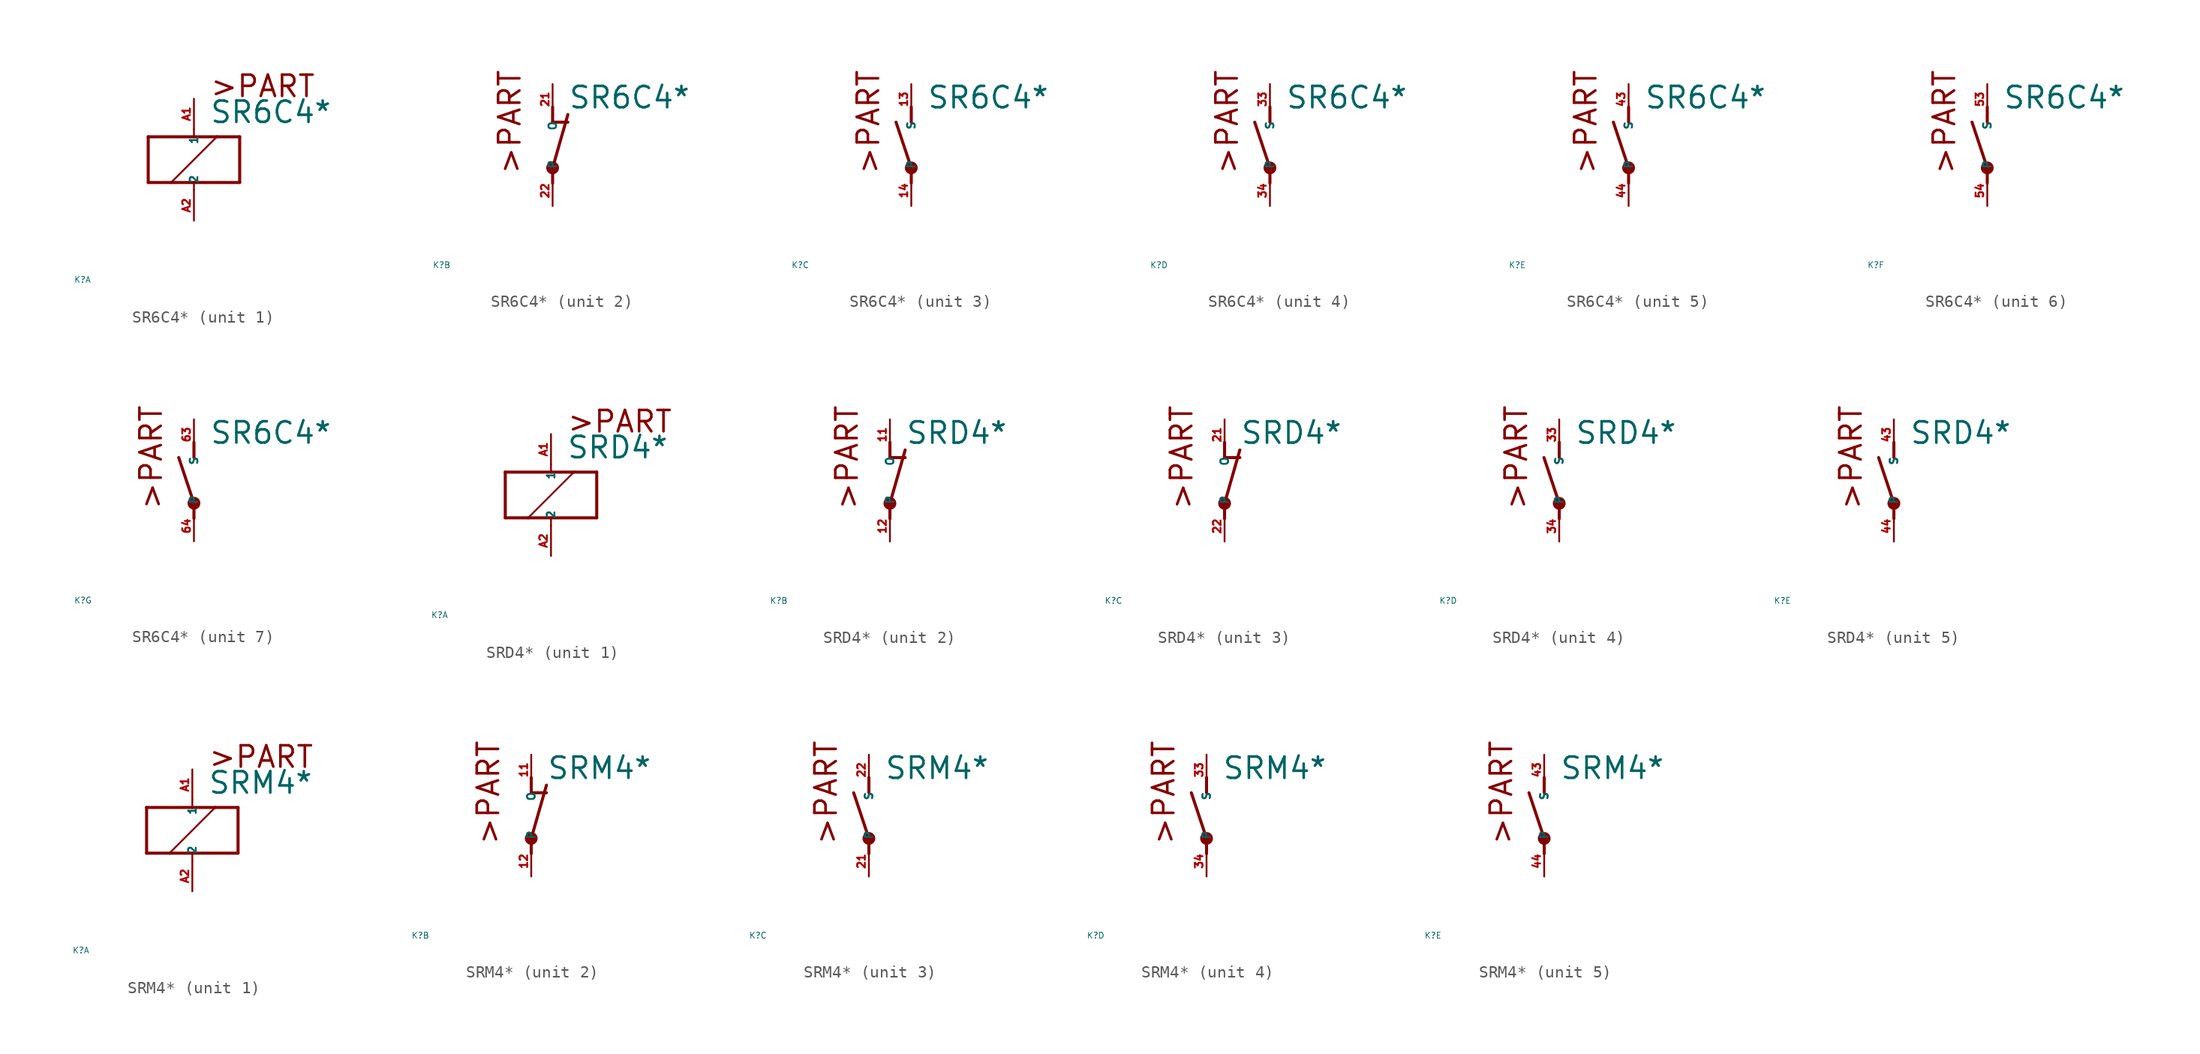
<source format=kicad_sym>
(kicad_symbol_lib
  (version 20220914)
  (generator Eagle2Kicad)
  (symbol "SR6C4*"
    (property "Reference" "K"
      (at -10 -10 0)
      (effects (font (size 0.5 0.5) (thickness 0.06)) (justify left)))
    (property "Value" "SR6C4*"
      (at 1.27 2.921 0)
      (effects (font (size 1.778 1.778) (thickness 0.22)) (justify left bottom)))
    (symbol "SR6C4*_1_0"
      (polyline (pts (xy -3.81 -1.905) (xy -1.905 -1.905)) (stroke (width 0.254) (type default)) (fill (type none)))
      (polyline (pts (xy 3.81 -1.905) (xy 3.81 1.905)) (stroke (width 0.254) (type default)) (fill (type none)))
      (polyline (pts (xy 3.81 1.905) (xy 1.905 1.905)) (stroke (width 0.254) (type default)) (fill (type none)))
      (polyline (pts (xy -3.81 1.905) (xy -3.81 -1.905)) (stroke (width 0.254) (type default)) (fill (type none)))
      (polyline (pts (xy 0 -2.54) (xy 0 -1.905)) (stroke (width 0.152) (type default)) (fill (type none)))
      (polyline (pts (xy 0 -1.905) (xy 3.81 -1.905)) (stroke (width 0.254) (type default)) (fill (type none)))
      (polyline (pts (xy 0 2.54) (xy 0 1.905)) (stroke (width 0.152) (type default)) (fill (type none)))
      (polyline (pts (xy 0 1.905) (xy -3.81 1.905)) (stroke (width 0.254) (type default)) (fill (type none)))
      (polyline (pts (xy -1.905 -1.905) (xy 1.905 1.905)) (stroke (width 0.152) (type default)) (fill (type none)))
      (polyline (pts (xy -1.905 -1.905) (xy 0 -1.905)) (stroke (width 0.254) (type default)) (fill (type none)))
      (polyline (pts (xy 1.905 1.905) (xy 0 1.905)) (stroke (width 0.254) (type default)) (fill (type none)))
      (text ">PART" (at 1.27 5.08 0) (effects (font (size 1.778 1.778) (thickness 0.22)) (justify left bottom)))
      (pin passive line (at 0 -5.08 90) (length 2.54) (name "2" (effects (font (size 0.635 0.635) (thickness 0.08)) (justify left bottom))) (number "A2" (effects (font (size 0.635 0.635) (thickness 0.08)) (justify left bottom))))
      (pin passive line (at 0 5.08 270) (length 2.54) (name "1" (effects (font (size 0.635 0.635) (thickness 0.08)) (justify left bottom))) (number "A1" (effects (font (size 0.635 0.635) (thickness 0.08)) (justify left bottom)))))
    (symbol "SR6C4*_2_0"
      (polyline (pts (xy 0 -1.905) (xy 1.27 2.54)) (stroke (width 0.254) (type default)) (fill (type none)))
      (polyline (pts (xy 1.27 1.905) (xy 0 1.905)) (stroke (width 0.254) (type default)) (fill (type none)))
      (polyline (pts (xy 0 1.905) (xy 0 3.175)) (stroke (width 0.254) (type default)) (fill (type none)))
      (polyline (pts (xy 0 -3.175) (xy 0 -1.905)) (stroke (width 0.254) (type default)) (fill (type none)))
      (text ">PART" (at -2.54 -2.54 900) (effects (font (size 1.778 1.778) (thickness 0.22)) (justify left bottom)))
      (circle (center 0 -1.905) (radius 0.127) (stroke (width 0.406) (type default)) (fill (type none)))
      (pin passive line (at 0 -5.08 90) (length 2.54) (name "P" (effects (font (size 0.635 0.635) (thickness 0.08)) (justify left bottom))) (number "22" (effects (font (size 0.635 0.635) (thickness 0.08)) (justify left bottom))))
      (pin passive line (at 0 5.08 270) (length 2.54) (name "O" (effects (font (size 0.635 0.635) (thickness 0.08)) (justify left bottom))) (number "21" (effects (font (size 0.635 0.635) (thickness 0.08)) (justify left bottom)))))
    (symbol "SR6C4*_3_0"
      (polyline (pts (xy 0 3.175) (xy 0 1.905)) (stroke (width 0.254) (type default)) (fill (type none)))
      (polyline (pts (xy 0 -3.175) (xy 0 -1.905)) (stroke (width 0.254) (type default)) (fill (type none)))
      (polyline (pts (xy 0 -1.905) (xy -1.27 1.905)) (stroke (width 0.254) (type default)) (fill (type none)))
      (text ">PART" (at -2.54 -2.54 900) (effects (font (size 1.778 1.778) (thickness 0.22)) (justify left bottom)))
      (circle (center 0 -1.905) (radius 0.127) (stroke (width 0.406) (type default)) (fill (type none)))
      (pin passive line (at 0 -5.08 90) (length 2.54) (name "P" (effects (font (size 0.635 0.635) (thickness 0.08)) (justify left bottom))) (number "14" (effects (font (size 0.635 0.635) (thickness 0.08)) (justify left bottom))))
      (pin passive line (at 0 5.08 270) (length 2.54) (name "S" (effects (font (size 0.635 0.635) (thickness 0.08)) (justify left bottom))) (number "13" (effects (font (size 0.635 0.635) (thickness 0.08)) (justify left bottom)))))
    (symbol "SR6C4*_4_0"
      (polyline (pts (xy 0 3.175) (xy 0 1.905)) (stroke (width 0.254) (type default)) (fill (type none)))
      (polyline (pts (xy 0 -3.175) (xy 0 -1.905)) (stroke (width 0.254) (type default)) (fill (type none)))
      (polyline (pts (xy 0 -1.905) (xy -1.27 1.905)) (stroke (width 0.254) (type default)) (fill (type none)))
      (text ">PART" (at -2.54 -2.54 900) (effects (font (size 1.778 1.778) (thickness 0.22)) (justify left bottom)))
      (circle (center 0 -1.905) (radius 0.127) (stroke (width 0.406) (type default)) (fill (type none)))
      (pin passive line (at 0 -5.08 90) (length 2.54) (name "P" (effects (font (size 0.635 0.635) (thickness 0.08)) (justify left bottom))) (number "34" (effects (font (size 0.635 0.635) (thickness 0.08)) (justify left bottom))))
      (pin passive line (at 0 5.08 270) (length 2.54) (name "S" (effects (font (size 0.635 0.635) (thickness 0.08)) (justify left bottom))) (number "33" (effects (font (size 0.635 0.635) (thickness 0.08)) (justify left bottom)))))
    (symbol "SR6C4*_5_0"
      (polyline (pts (xy 0 3.175) (xy 0 1.905)) (stroke (width 0.254) (type default)) (fill (type none)))
      (polyline (pts (xy 0 -3.175) (xy 0 -1.905)) (stroke (width 0.254) (type default)) (fill (type none)))
      (polyline (pts (xy 0 -1.905) (xy -1.27 1.905)) (stroke (width 0.254) (type default)) (fill (type none)))
      (text ">PART" (at -2.54 -2.54 900) (effects (font (size 1.778 1.778) (thickness 0.22)) (justify left bottom)))
      (circle (center 0 -1.905) (radius 0.127) (stroke (width 0.406) (type default)) (fill (type none)))
      (pin passive line (at 0 -5.08 90) (length 2.54) (name "P" (effects (font (size 0.635 0.635) (thickness 0.08)) (justify left bottom))) (number "44" (effects (font (size 0.635 0.635) (thickness 0.08)) (justify left bottom))))
      (pin passive line (at 0 5.08 270) (length 2.54) (name "S" (effects (font (size 0.635 0.635) (thickness 0.08)) (justify left bottom))) (number "43" (effects (font (size 0.635 0.635) (thickness 0.08)) (justify left bottom)))))
    (symbol "SR6C4*_6_0"
      (polyline (pts (xy 0 3.175) (xy 0 1.905)) (stroke (width 0.254) (type default)) (fill (type none)))
      (polyline (pts (xy 0 -3.175) (xy 0 -1.905)) (stroke (width 0.254) (type default)) (fill (type none)))
      (polyline (pts (xy 0 -1.905) (xy -1.27 1.905)) (stroke (width 0.254) (type default)) (fill (type none)))
      (text ">PART" (at -2.54 -2.54 900) (effects (font (size 1.778 1.778) (thickness 0.22)) (justify left bottom)))
      (circle (center 0 -1.905) (radius 0.127) (stroke (width 0.406) (type default)) (fill (type none)))
      (pin passive line (at 0 -5.08 90) (length 2.54) (name "P" (effects (font (size 0.635 0.635) (thickness 0.08)) (justify left bottom))) (number "54" (effects (font (size 0.635 0.635) (thickness 0.08)) (justify left bottom))))
      (pin passive line (at 0 5.08 270) (length 2.54) (name "S" (effects (font (size 0.635 0.635) (thickness 0.08)) (justify left bottom))) (number "53" (effects (font (size 0.635 0.635) (thickness 0.08)) (justify left bottom)))))
    (symbol "SR6C4*_7_0"
      (polyline (pts (xy 0 3.175) (xy 0 1.905)) (stroke (width 0.254) (type default)) (fill (type none)))
      (polyline (pts (xy 0 -3.175) (xy 0 -1.905)) (stroke (width 0.254) (type default)) (fill (type none)))
      (polyline (pts (xy 0 -1.905) (xy -1.27 1.905)) (stroke (width 0.254) (type default)) (fill (type none)))
      (text ">PART" (at -2.54 -2.54 900) (effects (font (size 1.778 1.778) (thickness 0.22)) (justify left bottom)))
      (circle (center 0 -1.905) (radius 0.127) (stroke (width 0.406) (type default)) (fill (type none)))
      (pin passive line (at 0 -5.08 90) (length 2.54) (name "P" (effects (font (size 0.635 0.635) (thickness 0.08)) (justify left bottom))) (number "64" (effects (font (size 0.635 0.635) (thickness 0.08)) (justify left bottom))))
      (pin passive line (at 0 5.08 270) (length 2.54) (name "S" (effects (font (size 0.635 0.635) (thickness 0.08)) (justify left bottom))) (number "63" (effects (font (size 0.635 0.635) (thickness 0.08)) (justify left bottom))))))
  (symbol "SRD4*"
    (property "Reference" "K"
      (at -10 -10 0)
      (effects (font (size 0.5 0.5) (thickness 0.06)) (justify left)))
    (property "Value" "SRD4*"
      (at 1.27 2.921 0)
      (effects (font (size 1.778 1.778) (thickness 0.22)) (justify left bottom)))
    (symbol "SRD4*_1_0"
      (polyline (pts (xy -3.81 -1.905) (xy -1.905 -1.905)) (stroke (width 0.254) (type default)) (fill (type none)))
      (polyline (pts (xy 3.81 -1.905) (xy 3.81 1.905)) (stroke (width 0.254) (type default)) (fill (type none)))
      (polyline (pts (xy 3.81 1.905) (xy 1.905 1.905)) (stroke (width 0.254) (type default)) (fill (type none)))
      (polyline (pts (xy -3.81 1.905) (xy -3.81 -1.905)) (stroke (width 0.254) (type default)) (fill (type none)))
      (polyline (pts (xy 0 -2.54) (xy 0 -1.905)) (stroke (width 0.152) (type default)) (fill (type none)))
      (polyline (pts (xy 0 -1.905) (xy 3.81 -1.905)) (stroke (width 0.254) (type default)) (fill (type none)))
      (polyline (pts (xy 0 2.54) (xy 0 1.905)) (stroke (width 0.152) (type default)) (fill (type none)))
      (polyline (pts (xy 0 1.905) (xy -3.81 1.905)) (stroke (width 0.254) (type default)) (fill (type none)))
      (polyline (pts (xy -1.905 -1.905) (xy 1.905 1.905)) (stroke (width 0.152) (type default)) (fill (type none)))
      (polyline (pts (xy -1.905 -1.905) (xy 0 -1.905)) (stroke (width 0.254) (type default)) (fill (type none)))
      (polyline (pts (xy 1.905 1.905) (xy 0 1.905)) (stroke (width 0.254) (type default)) (fill (type none)))
      (text ">PART" (at 1.27 5.08 0) (effects (font (size 1.778 1.778) (thickness 0.22)) (justify left bottom)))
      (pin passive line (at 0 -5.08 90) (length 2.54) (name "2" (effects (font (size 0.635 0.635) (thickness 0.08)) (justify left bottom))) (number "A2" (effects (font (size 0.635 0.635) (thickness 0.08)) (justify left bottom))))
      (pin passive line (at 0 5.08 270) (length 2.54) (name "1" (effects (font (size 0.635 0.635) (thickness 0.08)) (justify left bottom))) (number "A1" (effects (font (size 0.635 0.635) (thickness 0.08)) (justify left bottom)))))
    (symbol "SRD4*_2_0"
      (polyline (pts (xy 0 -1.905) (xy 1.27 2.54)) (stroke (width 0.254) (type default)) (fill (type none)))
      (polyline (pts (xy 1.27 1.905) (xy 0 1.905)) (stroke (width 0.254) (type default)) (fill (type none)))
      (polyline (pts (xy 0 1.905) (xy 0 3.175)) (stroke (width 0.254) (type default)) (fill (type none)))
      (polyline (pts (xy 0 -3.175) (xy 0 -1.905)) (stroke (width 0.254) (type default)) (fill (type none)))
      (text ">PART" (at -2.54 -2.54 900) (effects (font (size 1.778 1.778) (thickness 0.22)) (justify left bottom)))
      (circle (center 0 -1.905) (radius 0.127) (stroke (width 0.406) (type default)) (fill (type none)))
      (pin passive line (at 0 -5.08 90) (length 2.54) (name "P" (effects (font (size 0.635 0.635) (thickness 0.08)) (justify left bottom))) (number "12" (effects (font (size 0.635 0.635) (thickness 0.08)) (justify left bottom))))
      (pin passive line (at 0 5.08 270) (length 2.54) (name "O" (effects (font (size 0.635 0.635) (thickness 0.08)) (justify left bottom))) (number "11" (effects (font (size 0.635 0.635) (thickness 0.08)) (justify left bottom)))))
    (symbol "SRD4*_3_0"
      (polyline (pts (xy 0 -1.905) (xy 1.27 2.54)) (stroke (width 0.254) (type default)) (fill (type none)))
      (polyline (pts (xy 1.27 1.905) (xy 0 1.905)) (stroke (width 0.254) (type default)) (fill (type none)))
      (polyline (pts (xy 0 1.905) (xy 0 3.175)) (stroke (width 0.254) (type default)) (fill (type none)))
      (polyline (pts (xy 0 -3.175) (xy 0 -1.905)) (stroke (width 0.254) (type default)) (fill (type none)))
      (text ">PART" (at -2.54 -2.54 900) (effects (font (size 1.778 1.778) (thickness 0.22)) (justify left bottom)))
      (circle (center 0 -1.905) (radius 0.127) (stroke (width 0.406) (type default)) (fill (type none)))
      (pin passive line (at 0 -5.08 90) (length 2.54) (name "P" (effects (font (size 0.635 0.635) (thickness 0.08)) (justify left bottom))) (number "22" (effects (font (size 0.635 0.635) (thickness 0.08)) (justify left bottom))))
      (pin passive line (at 0 5.08 270) (length 2.54) (name "O" (effects (font (size 0.635 0.635) (thickness 0.08)) (justify left bottom))) (number "21" (effects (font (size 0.635 0.635) (thickness 0.08)) (justify left bottom)))))
    (symbol "SRD4*_4_0"
      (polyline (pts (xy 0 3.175) (xy 0 1.905)) (stroke (width 0.254) (type default)) (fill (type none)))
      (polyline (pts (xy 0 -3.175) (xy 0 -1.905)) (stroke (width 0.254) (type default)) (fill (type none)))
      (polyline (pts (xy 0 -1.905) (xy -1.27 1.905)) (stroke (width 0.254) (type default)) (fill (type none)))
      (text ">PART" (at -2.54 -2.54 900) (effects (font (size 1.778 1.778) (thickness 0.22)) (justify left bottom)))
      (circle (center 0 -1.905) (radius 0.127) (stroke (width 0.406) (type default)) (fill (type none)))
      (pin passive line (at 0 -5.08 90) (length 2.54) (name "P" (effects (font (size 0.635 0.635) (thickness 0.08)) (justify left bottom))) (number "34" (effects (font (size 0.635 0.635) (thickness 0.08)) (justify left bottom))))
      (pin passive line (at 0 5.08 270) (length 2.54) (name "S" (effects (font (size 0.635 0.635) (thickness 0.08)) (justify left bottom))) (number "33" (effects (font (size 0.635 0.635) (thickness 0.08)) (justify left bottom)))))
    (symbol "SRD4*_5_0"
      (polyline (pts (xy 0 3.175) (xy 0 1.905)) (stroke (width 0.254) (type default)) (fill (type none)))
      (polyline (pts (xy 0 -3.175) (xy 0 -1.905)) (stroke (width 0.254) (type default)) (fill (type none)))
      (polyline (pts (xy 0 -1.905) (xy -1.27 1.905)) (stroke (width 0.254) (type default)) (fill (type none)))
      (text ">PART" (at -2.54 -2.54 900) (effects (font (size 1.778 1.778) (thickness 0.22)) (justify left bottom)))
      (circle (center 0 -1.905) (radius 0.127) (stroke (width 0.406) (type default)) (fill (type none)))
      (pin passive line (at 0 -5.08 90) (length 2.54) (name "P" (effects (font (size 0.635 0.635) (thickness 0.08)) (justify left bottom))) (number "44" (effects (font (size 0.635 0.635) (thickness 0.08)) (justify left bottom))))
      (pin passive line (at 0 5.08 270) (length 2.54) (name "S" (effects (font (size 0.635 0.635) (thickness 0.08)) (justify left bottom))) (number "43" (effects (font (size 0.635 0.635) (thickness 0.08)) (justify left bottom))))))
  (symbol "SRM4*"
    (property "Reference" "K"
      (at -10 -10 0)
      (effects (font (size 0.5 0.5) (thickness 0.06)) (justify left)))
    (property "Value" "SRM4*"
      (at 1.27 2.921 0)
      (effects (font (size 1.778 1.778) (thickness 0.22)) (justify left bottom)))
    (symbol "SRM4*_1_0"
      (polyline (pts (xy -3.81 -1.905) (xy -1.905 -1.905)) (stroke (width 0.254) (type default)) (fill (type none)))
      (polyline (pts (xy 3.81 -1.905) (xy 3.81 1.905)) (stroke (width 0.254) (type default)) (fill (type none)))
      (polyline (pts (xy 3.81 1.905) (xy 1.905 1.905)) (stroke (width 0.254) (type default)) (fill (type none)))
      (polyline (pts (xy -3.81 1.905) (xy -3.81 -1.905)) (stroke (width 0.254) (type default)) (fill (type none)))
      (polyline (pts (xy 0 -2.54) (xy 0 -1.905)) (stroke (width 0.152) (type default)) (fill (type none)))
      (polyline (pts (xy 0 -1.905) (xy 3.81 -1.905)) (stroke (width 0.254) (type default)) (fill (type none)))
      (polyline (pts (xy 0 2.54) (xy 0 1.905)) (stroke (width 0.152) (type default)) (fill (type none)))
      (polyline (pts (xy 0 1.905) (xy -3.81 1.905)) (stroke (width 0.254) (type default)) (fill (type none)))
      (polyline (pts (xy -1.905 -1.905) (xy 1.905 1.905)) (stroke (width 0.152) (type default)) (fill (type none)))
      (polyline (pts (xy -1.905 -1.905) (xy 0 -1.905)) (stroke (width 0.254) (type default)) (fill (type none)))
      (polyline (pts (xy 1.905 1.905) (xy 0 1.905)) (stroke (width 0.254) (type default)) (fill (type none)))
      (text ">PART" (at 1.27 5.08 0) (effects (font (size 1.778 1.778) (thickness 0.22)) (justify left bottom)))
      (pin passive line (at 0 -5.08 90) (length 2.54) (name "2" (effects (font (size 0.635 0.635) (thickness 0.08)) (justify left bottom))) (number "A2" (effects (font (size 0.635 0.635) (thickness 0.08)) (justify left bottom))))
      (pin passive line (at 0 5.08 270) (length 2.54) (name "1" (effects (font (size 0.635 0.635) (thickness 0.08)) (justify left bottom))) (number "A1" (effects (font (size 0.635 0.635) (thickness 0.08)) (justify left bottom)))))
    (symbol "SRM4*_2_0"
      (polyline (pts (xy 0 -1.905) (xy 1.27 2.54)) (stroke (width 0.254) (type default)) (fill (type none)))
      (polyline (pts (xy 1.27 1.905) (xy 0 1.905)) (stroke (width 0.254) (type default)) (fill (type none)))
      (polyline (pts (xy 0 1.905) (xy 0 3.175)) (stroke (width 0.254) (type default)) (fill (type none)))
      (polyline (pts (xy 0 -3.175) (xy 0 -1.905)) (stroke (width 0.254) (type default)) (fill (type none)))
      (text ">PART" (at -2.54 -2.54 900) (effects (font (size 1.778 1.778) (thickness 0.22)) (justify left bottom)))
      (circle (center 0 -1.905) (radius 0.127) (stroke (width 0.406) (type default)) (fill (type none)))
      (pin passive line (at 0 -5.08 90) (length 2.54) (name "P" (effects (font (size 0.635 0.635) (thickness 0.08)) (justify left bottom))) (number "12" (effects (font (size 0.635 0.635) (thickness 0.08)) (justify left bottom))))
      (pin passive line (at 0 5.08 270) (length 2.54) (name "O" (effects (font (size 0.635 0.635) (thickness 0.08)) (justify left bottom))) (number "11" (effects (font (size 0.635 0.635) (thickness 0.08)) (justify left bottom)))))
    (symbol "SRM4*_3_0"
      (polyline (pts (xy 0 3.175) (xy 0 1.905)) (stroke (width 0.254) (type default)) (fill (type none)))
      (polyline (pts (xy 0 -3.175) (xy 0 -1.905)) (stroke (width 0.254) (type default)) (fill (type none)))
      (polyline (pts (xy 0 -1.905) (xy -1.27 1.905)) (stroke (width 0.254) (type default)) (fill (type none)))
      (text ">PART" (at -2.54 -2.54 900) (effects (font (size 1.778 1.778) (thickness 0.22)) (justify left bottom)))
      (circle (center 0 -1.905) (radius 0.127) (stroke (width 0.406) (type default)) (fill (type none)))
      (pin passive line (at 0 -5.08 90) (length 2.54) (name "P" (effects (font (size 0.635 0.635) (thickness 0.08)) (justify left bottom))) (number "21" (effects (font (size 0.635 0.635) (thickness 0.08)) (justify left bottom))))
      (pin passive line (at 0 5.08 270) (length 2.54) (name "S" (effects (font (size 0.635 0.635) (thickness 0.08)) (justify left bottom))) (number "22" (effects (font (size 0.635 0.635) (thickness 0.08)) (justify left bottom)))))
    (symbol "SRM4*_4_0"
      (polyline (pts (xy 0 3.175) (xy 0 1.905)) (stroke (width 0.254) (type default)) (fill (type none)))
      (polyline (pts (xy 0 -3.175) (xy 0 -1.905)) (stroke (width 0.254) (type default)) (fill (type none)))
      (polyline (pts (xy 0 -1.905) (xy -1.27 1.905)) (stroke (width 0.254) (type default)) (fill (type none)))
      (text ">PART" (at -2.54 -2.54 900) (effects (font (size 1.778 1.778) (thickness 0.22)) (justify left bottom)))
      (circle (center 0 -1.905) (radius 0.127) (stroke (width 0.406) (type default)) (fill (type none)))
      (pin passive line (at 0 -5.08 90) (length 2.54) (name "P" (effects (font (size 0.635 0.635) (thickness 0.08)) (justify left bottom))) (number "34" (effects (font (size 0.635 0.635) (thickness 0.08)) (justify left bottom))))
      (pin passive line (at 0 5.08 270) (length 2.54) (name "S" (effects (font (size 0.635 0.635) (thickness 0.08)) (justify left bottom))) (number "33" (effects (font (size 0.635 0.635) (thickness 0.08)) (justify left bottom)))))
    (symbol "SRM4*_5_0"
      (polyline (pts (xy 0 3.175) (xy 0 1.905)) (stroke (width 0.254) (type default)) (fill (type none)))
      (polyline (pts (xy 0 -3.175) (xy 0 -1.905)) (stroke (width 0.254) (type default)) (fill (type none)))
      (polyline (pts (xy 0 -1.905) (xy -1.27 1.905)) (stroke (width 0.254) (type default)) (fill (type none)))
      (text ">PART" (at -2.54 -2.54 900) (effects (font (size 1.778 1.778) (thickness 0.22)) (justify left bottom)))
      (circle (center 0 -1.905) (radius 0.127) (stroke (width 0.406) (type default)) (fill (type none)))
      (pin passive line (at 0 -5.08 90) (length 2.54) (name "P" (effects (font (size 0.635 0.635) (thickness 0.08)) (justify left bottom))) (number "44" (effects (font (size 0.635 0.635) (thickness 0.08)) (justify left bottom))))
      (pin passive line (at 0 5.08 270) (length 2.54) (name "S" (effects (font (size 0.635 0.635) (thickness 0.08)) (justify left bottom))) (number "43" (effects (font (size 0.635 0.635) (thickness 0.08)) (justify left bottom)))))))
</source>
